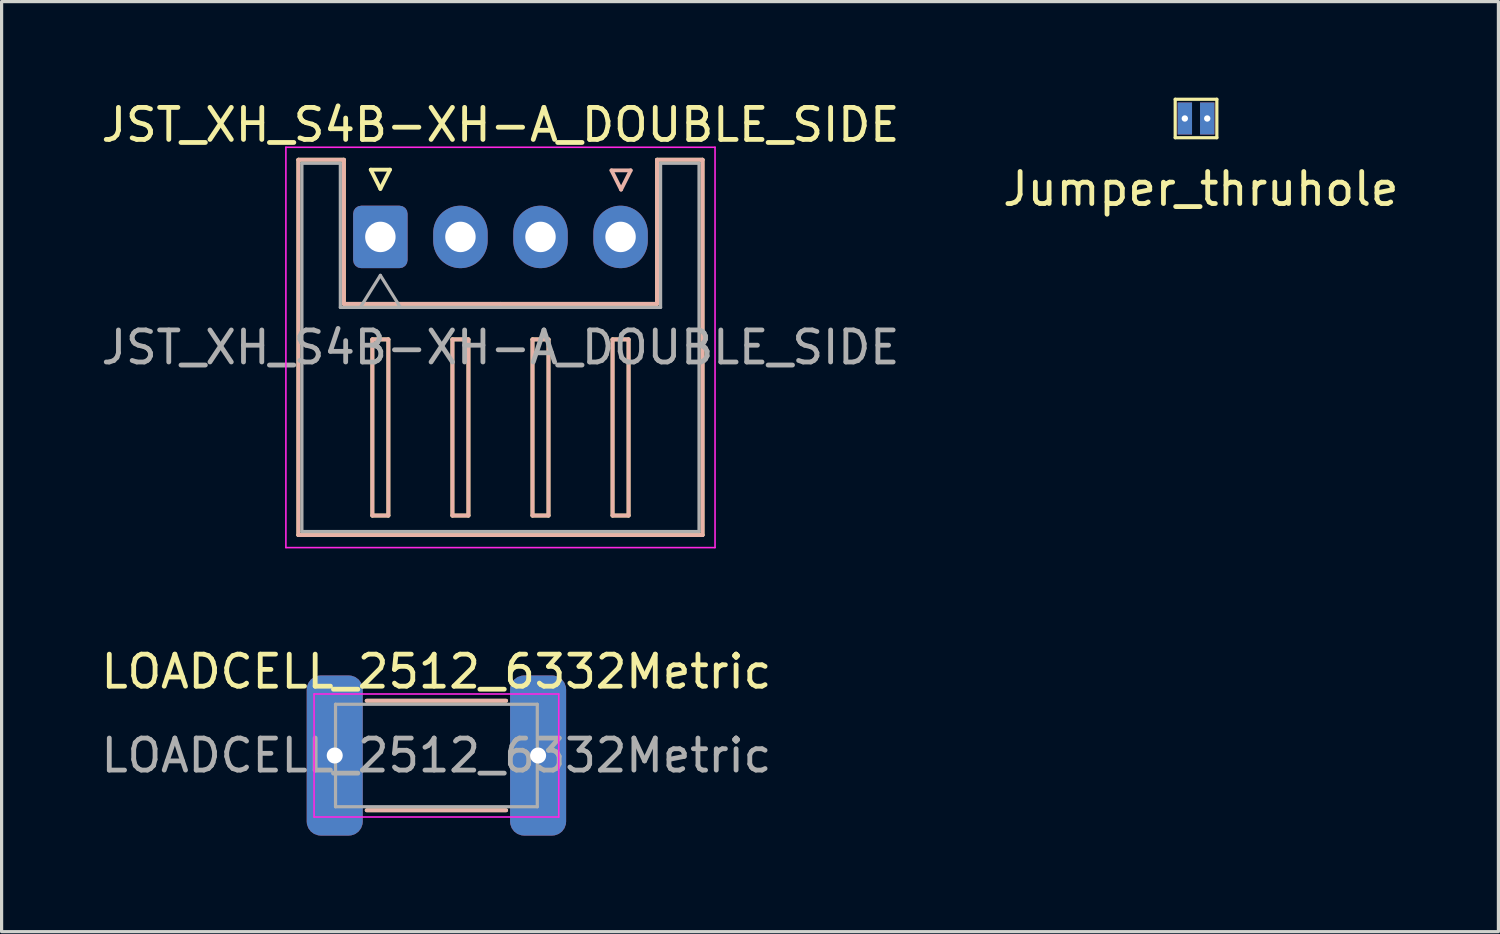
<source format=kicad_pcb>
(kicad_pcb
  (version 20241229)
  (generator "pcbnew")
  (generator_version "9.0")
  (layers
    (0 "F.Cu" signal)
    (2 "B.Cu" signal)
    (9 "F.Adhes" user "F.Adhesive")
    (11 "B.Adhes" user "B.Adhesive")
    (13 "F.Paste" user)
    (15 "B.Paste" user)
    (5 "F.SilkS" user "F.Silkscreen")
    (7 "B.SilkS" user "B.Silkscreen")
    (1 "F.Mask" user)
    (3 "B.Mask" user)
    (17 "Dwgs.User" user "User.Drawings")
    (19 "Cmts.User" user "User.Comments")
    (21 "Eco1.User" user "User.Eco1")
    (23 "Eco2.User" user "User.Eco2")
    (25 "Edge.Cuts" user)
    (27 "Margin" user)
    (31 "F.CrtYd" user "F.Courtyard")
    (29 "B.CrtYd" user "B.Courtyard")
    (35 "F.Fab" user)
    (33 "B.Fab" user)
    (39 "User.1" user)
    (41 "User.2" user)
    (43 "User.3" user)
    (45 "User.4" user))
  (footprint "Jumper_thruhole"
    (layer "F.Cu")
    (at 34.346 0.65)
    (property "Reference" "Jumper_thruhole" (at 0.1 2.2 0) (layer "F.SilkS") (effects (font (size 1 1) (thickness 0.15))))
    (attr through_hole)
    (fp_line (start -0.7 -0.6) (end 0.6 -0.6) (stroke (width 0.1) (type solid)) (layer "F.SilkS"))
    (fp_line (start -0.7 0.6) (end -0.7 -0.6) (stroke (width 0.1) (type solid)) (layer "F.SilkS"))
    (fp_line (start 0.6 -0.6) (end 0.6 0.6) (stroke (width 0.1) (type solid)) (layer "F.SilkS"))
    (fp_line (start 0.6 0.6) (end -0.7 0.6) (stroke (width 0.1) (type solid)) (layer "F.SilkS"))
    (pad "1" thru_hole rect (at -0.4 0) (size 0.45 1) (drill 0.2) (layers "*.Cu" "*.Mask"))
    (pad "2" thru_hole rect (at 0.3 0) (size 0.45 1) (drill 0.2) (layers "*.Cu" "*.Mask")))
  (footprint "JST_XH_S4B-XH-A_DOUBLE_SIDE"
    (layer "F.Cu")
    (at 8.827 4.348)
    (property "Reference" "JST_XH_S4B-XH-A_DOUBLE_SIDE" (at 3.75 -3.5 0) (layer "F.SilkS") (effects (font (size 1 1) (thickness 0.15))))
    (attr through_hole)
    (fp_line (start -2.56 -2.41) (end -1.14 -2.41) (stroke (width 0.12) (type solid)) (layer "F.SilkS"))
    (fp_line (start -2.56 9.31) (end -2.56 -2.41) (stroke (width 0.12) (type solid)) (layer "F.SilkS"))
    (fp_line (start -1.14 -2.41) (end -1.14 2.09) (stroke (width 0.12) (type solid)) (layer "F.SilkS"))
    (fp_line (start -1.14 2.09) (end 3.75 2.09) (stroke (width 0.12) (type solid)) (layer "F.SilkS"))
    (fp_line (start -0.3 -2.1) (end 0.3 -2.1) (stroke (width 0.12) (type solid)) (layer "F.SilkS"))
    (fp_line (start -0.25 3.2) (end -0.25 8.7) (stroke (width 0.12) (type solid)) (layer "F.SilkS"))
    (fp_line (start -0.25 8.7) (end 0.25 8.7) (stroke (width 0.12) (type solid)) (layer "F.SilkS"))
    (fp_line (start 0 -1.5) (end -0.3 -2.1) (stroke (width 0.12) (type solid)) (layer "F.SilkS"))
    (fp_line (start 0.25 3.2) (end -0.25 3.2) (stroke (width 0.12) (type solid)) (layer "F.SilkS"))
    (fp_line (start 0.25 8.7) (end 0.25 3.2) (stroke (width 0.12) (type solid)) (layer "F.SilkS"))
    (fp_line (start 0.3 -2.1) (end 0 -1.5) (stroke (width 0.12) (type solid)) (layer "F.SilkS"))
    (fp_line (start 2.25 3.2) (end 2.25 8.7) (stroke (width 0.12) (type solid)) (layer "F.SilkS"))
    (fp_line (start 2.25 8.7) (end 2.75 8.7) (stroke (width 0.12) (type solid)) (layer "F.SilkS"))
    (fp_line (start 2.75 3.2) (end 2.25 3.2) (stroke (width 0.12) (type solid)) (layer "F.SilkS"))
    (fp_line (start 2.75 8.7) (end 2.75 3.2) (stroke (width 0.12) (type solid)) (layer "F.SilkS"))
    (fp_line (start 3.75 9.31) (end -2.56 9.31) (stroke (width 0.12) (type solid)) (layer "F.SilkS"))
    (fp_line (start 3.75 9.31) (end 10.06 9.31) (stroke (width 0.12) (type solid)) (layer "F.SilkS"))
    (fp_line (start 4.75 3.2) (end 4.75 8.7) (stroke (width 0.12) (type solid)) (layer "F.SilkS"))
    (fp_line (start 4.75 8.7) (end 5.25 8.7) (stroke (width 0.12) (type solid)) (layer "F.SilkS"))
    (fp_line (start 5.25 3.2) (end 4.75 3.2) (stroke (width 0.12) (type solid)) (layer "F.SilkS"))
    (fp_line (start 5.25 8.7) (end 5.25 3.2) (stroke (width 0.12) (type solid)) (layer "F.SilkS"))
    (fp_line (start 7.25 3.2) (end 7.25 8.7) (stroke (width 0.12) (type solid)) (layer "F.SilkS"))
    (fp_line (start 7.25 8.7) (end 7.75 8.7) (stroke (width 0.12) (type solid)) (layer "F.SilkS"))
    (fp_line (start 7.75 3.2) (end 7.25 3.2) (stroke (width 0.12) (type solid)) (layer "F.SilkS"))
    (fp_line (start 7.75 8.7) (end 7.75 3.2) (stroke (width 0.12) (type solid)) (layer "F.SilkS"))
    (fp_line (start 8.64 -2.41) (end 8.64 2.09) (stroke (width 0.12) (type solid)) (layer "F.SilkS"))
    (fp_line (start 8.64 2.09) (end 3.75 2.09) (stroke (width 0.12) (type solid)) (layer "F.SilkS"))
    (fp_line (start 10.06 -2.41) (end 8.64 -2.41) (stroke (width 0.12) (type solid)) (layer "F.SilkS"))
    (fp_line (start 10.06 9.31) (end 10.06 -2.41) (stroke (width 0.12) (type solid)) (layer "F.SilkS"))
    (fp_line (start -2.56 -2.41) (end -1.14 -2.41) (stroke (width 0.12) (type solid)) (layer "B.SilkS"))
    (fp_line (start -2.56 9.31) (end -2.56 -2.41) (stroke (width 0.12) (type solid)) (layer "B.SilkS"))
    (fp_line (start -1.14 -2.41) (end -1.14 2.09) (stroke (width 0.12) (type solid)) (layer "B.SilkS"))
    (fp_line (start -1.14 2.09) (end 3.75 2.09) (stroke (width 0.12) (type solid)) (layer "B.SilkS"))
    (fp_line (start -0.25 3.2) (end 0.25 3.2) (stroke (width 0.12) (type solid)) (layer "B.SilkS"))
    (fp_line (start -0.25 8.7) (end -0.25 3.2) (stroke (width 0.12) (type solid)) (layer "B.SilkS"))
    (fp_line (start 0.25 3.2) (end 0.25 8.7) (stroke (width 0.12) (type solid)) (layer "B.SilkS"))
    (fp_line (start 0.25 8.7) (end -0.25 8.7) (stroke (width 0.12) (type solid)) (layer "B.SilkS"))
    (fp_line (start 2.25 3.2) (end 2.75 3.2) (stroke (width 0.12) (type solid)) (layer "B.SilkS"))
    (fp_line (start 2.25 8.7) (end 2.25 3.2) (stroke (width 0.12) (type solid)) (layer "B.SilkS"))
    (fp_line (start 2.75 3.2) (end 2.75 8.7) (stroke (width 0.12) (type solid)) (layer "B.SilkS"))
    (fp_line (start 2.75 8.7) (end 2.25 8.7) (stroke (width 0.12) (type solid)) (layer "B.SilkS"))
    (fp_line (start 3.75 9.31) (end -2.56 9.31) (stroke (width 0.12) (type solid)) (layer "B.SilkS"))
    (fp_line (start 3.75 9.31) (end 10.06 9.31) (stroke (width 0.12) (type solid)) (layer "B.SilkS"))
    (fp_line (start 4.75 3.2) (end 5.25 3.2) (stroke (width 0.12) (type solid)) (layer "B.SilkS"))
    (fp_line (start 4.75 8.7) (end 4.75 3.2) (stroke (width 0.12) (type solid)) (layer "B.SilkS"))
    (fp_line (start 5.25 3.2) (end 5.25 8.7) (stroke (width 0.12) (type solid)) (layer "B.SilkS"))
    (fp_line (start 5.25 8.7) (end 4.75 8.7) (stroke (width 0.12) (type solid)) (layer "B.SilkS"))
    (fp_line (start 7.216 -2.078) (end 7.516 -1.478) (stroke (width 0.12) (type solid)) (layer "B.SilkS"))
    (fp_line (start 7.25 3.2) (end 7.75 3.2) (stroke (width 0.12) (type solid)) (layer "B.SilkS"))
    (fp_line (start 7.25 8.7) (end 7.25 3.2) (stroke (width 0.12) (type solid)) (layer "B.SilkS"))
    (fp_line (start 7.516 -1.478) (end 7.816 -2.078) (stroke (width 0.12) (type solid)) (layer "B.SilkS"))
    (fp_line (start 7.75 3.2) (end 7.75 8.7) (stroke (width 0.12) (type solid)) (layer "B.SilkS"))
    (fp_line (start 7.75 8.7) (end 7.25 8.7) (stroke (width 0.12) (type solid)) (layer "B.SilkS"))
    (fp_line (start 7.816 -2.078) (end 7.216 -2.078) (stroke (width 0.12) (type solid)) (layer "B.SilkS"))
    (fp_line (start 8.64 -2.41) (end 8.64 2.09) (stroke (width 0.12) (type solid)) (layer "B.SilkS"))
    (fp_line (start 8.64 2.09) (end 3.75 2.09) (stroke (width 0.12) (type solid)) (layer "B.SilkS"))
    (fp_line (start 10.06 -2.41) (end 8.64 -2.41) (stroke (width 0.12) (type solid)) (layer "B.SilkS"))
    (fp_line (start 10.06 9.31) (end 10.06 -2.41) (stroke (width 0.12) (type solid)) (layer "B.SilkS"))
    (fp_line (start -2.95 -2.8) (end -2.95 9.7) (stroke (width 0.05) (type solid)) (layer "F.CrtYd"))
    (fp_line (start -2.95 9.7) (end 10.45 9.7) (stroke (width 0.05) (type solid)) (layer "F.CrtYd"))
    (fp_line (start 10.45 -2.8) (end -2.95 -2.8) (stroke (width 0.05) (type solid)) (layer "F.CrtYd"))
    (fp_line (start 10.45 9.7) (end 10.45 -2.8) (stroke (width 0.05) (type solid)) (layer "F.CrtYd"))
    (fp_line (start -2.45 -2.3) (end -1.25 -2.3) (stroke (width 0.1) (type solid)) (layer "F.Fab"))
    (fp_line (start -2.45 9.2) (end -2.45 -2.3) (stroke (width 0.1) (type solid)) (layer "F.Fab"))
    (fp_line (start -1.25 -2.3) (end -1.25 2.2) (stroke (width 0.1) (type solid)) (layer "F.Fab"))
    (fp_line (start -1.25 2.2) (end 3.75 2.2) (stroke (width 0.1) (type solid)) (layer "F.Fab"))
    (fp_line (start -0.625 2.2) (end 0 1.2) (stroke (width 0.1) (type solid)) (layer "F.Fab"))
    (fp_line (start 0 1.2) (end 0.625 2.2) (stroke (width 0.1) (type solid)) (layer "F.Fab"))
    (fp_line (start 3.75 9.2) (end -2.45 9.2) (stroke (width 0.1) (type solid)) (layer "F.Fab"))
    (fp_line (start 3.75 9.2) (end 9.95 9.2) (stroke (width 0.1) (type solid)) (layer "F.Fab"))
    (fp_line (start 8.75 -2.3) (end 8.75 2.2) (stroke (width 0.1) (type solid)) (layer "F.Fab"))
    (fp_line (start 8.75 2.2) (end 3.75 2.2) (stroke (width 0.1) (type solid)) (layer "F.Fab"))
    (fp_line (start 9.95 -2.3) (end 8.75 -2.3) (stroke (width 0.1) (type solid)) (layer "F.Fab"))
    (fp_line (start 9.95 9.2) (end 9.95 -2.3) (stroke (width 0.1) (type solid)) (layer "F.Fab"))
    (fp_text user "${REFERENCE}" (at 3.75 3.45 0) (layer "F.Fab") (effects (font (size 1 1) (thickness 0.15))))
    (pad "1" thru_hole roundrect (at 0 0) (size 1.7 1.95) (drill 0.95) (layers "*.Cu" "*.Mask") (roundrect_rratio 0.147))
    (pad "2" thru_hole oval (at 2.5 0) (size 1.7 1.95) (drill 0.95) (layers "*.Cu" "*.Mask"))
    (pad "3" thru_hole oval (at 5 0) (size 1.7 1.95) (drill 0.95) (layers "*.Cu" "*.Mask"))
    (pad "4" thru_hole oval (at 7.5 0) (size 1.7 1.95) (drill 0.95) (layers "*.Cu" "*.Mask")))
  (footprint "LOADCELL_2512_6332Metric"
    (layer "F.Cu")
    (at 10.577 20.541)
    (property "Reference" "LOADCELL_2512_6332Metric" (at 0 -2.62 0) (layer "F.SilkS") (effects (font (size 1 1) (thickness 0.15))))
    (attr smd)
    (fp_line (start -2.177 -1.71) (end 2.177 -1.71) (stroke (width 0.12) (type solid)) (layer "F.SilkS"))
    (fp_line (start -2.177 1.71) (end 2.177 1.71) (stroke (width 0.12) (type solid)) (layer "F.SilkS"))
    (fp_line (start -2.177 -1.71) (end 2.177 -1.71) (stroke (width 0.12) (type solid)) (layer "B.SilkS"))
    (fp_line (start -2.177 1.71) (end 2.177 1.71) (stroke (width 0.12) (type solid)) (layer "B.SilkS"))
    (fp_line (start -3.82 -1.92) (end 3.82 -1.92) (stroke (width 0.05) (type solid)) (layer "F.CrtYd"))
    (fp_line (start -3.82 1.92) (end -3.82 -1.92) (stroke (width 0.05) (type solid)) (layer "F.CrtYd"))
    (fp_line (start 3.82 -1.92) (end 3.82 1.92) (stroke (width 0.05) (type solid)) (layer "F.CrtYd"))
    (fp_line (start 3.82 1.92) (end -3.82 1.92) (stroke (width 0.05) (type solid)) (layer "F.CrtYd"))
    (fp_line (start -3.15 -1.6) (end 3.15 -1.6) (stroke (width 0.1) (type solid)) (layer "F.Fab"))
    (fp_line (start -3.15 1.6) (end -3.15 -1.6) (stroke (width 0.1) (type solid)) (layer "F.Fab"))
    (fp_line (start 3.15 -1.6) (end 3.15 1.6) (stroke (width 0.1) (type solid)) (layer "F.Fab"))
    (fp_line (start 3.15 1.6) (end -3.15 1.6) (stroke (width 0.1) (type solid)) (layer "F.Fab"))
    (fp_text user "${REFERENCE}" (at 0 0 0) (layer "F.Fab") (effects (font (size 1 1) (thickness 0.15))))
    (pad "1" thru_hole roundrect (at -3.175 0) (size 1.75 5) (drill 0.5) (layers "*.Cu" "*.Mask") (roundrect_rratio 0.25))
    (pad "2" thru_hole roundrect (at 3.175 0) (size 1.75 5) (drill 0.5) (layers "*.Cu" "*.Mask") (roundrect_rratio 0.25)))
  (gr_rect
    (start -3 -3)
    (end 43.738 26.041)
    (stroke (width 0.1) (type default))
    (fill no)
    (layer "Edge.Cuts")))
</source>
